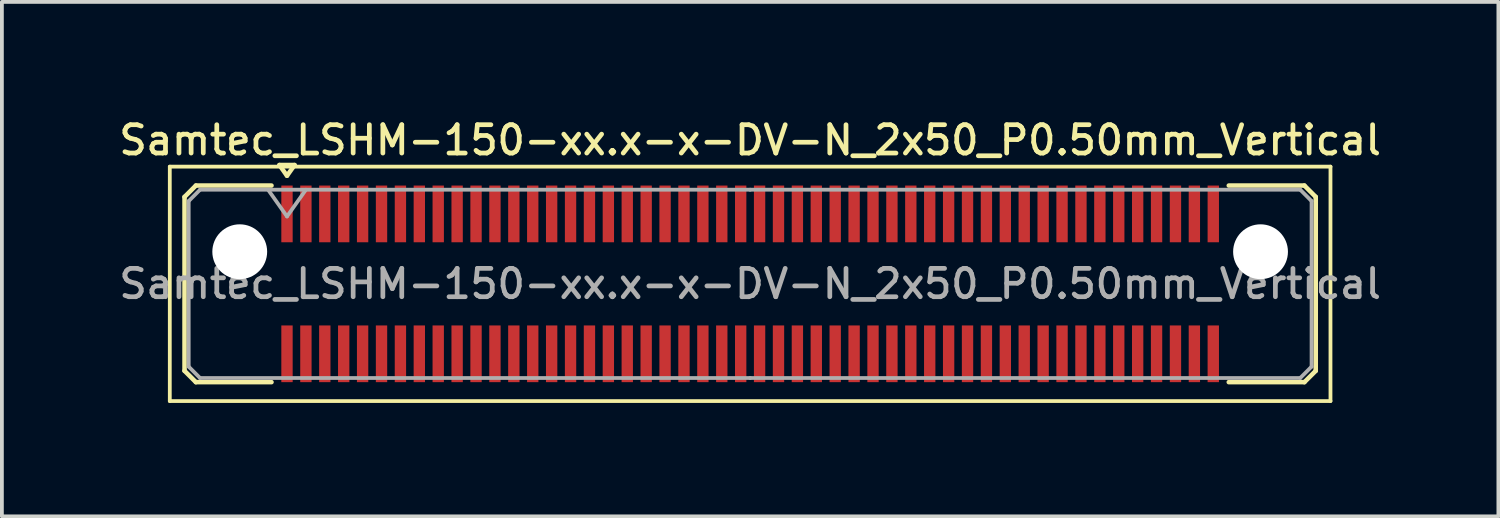
<source format=kicad_pcb>
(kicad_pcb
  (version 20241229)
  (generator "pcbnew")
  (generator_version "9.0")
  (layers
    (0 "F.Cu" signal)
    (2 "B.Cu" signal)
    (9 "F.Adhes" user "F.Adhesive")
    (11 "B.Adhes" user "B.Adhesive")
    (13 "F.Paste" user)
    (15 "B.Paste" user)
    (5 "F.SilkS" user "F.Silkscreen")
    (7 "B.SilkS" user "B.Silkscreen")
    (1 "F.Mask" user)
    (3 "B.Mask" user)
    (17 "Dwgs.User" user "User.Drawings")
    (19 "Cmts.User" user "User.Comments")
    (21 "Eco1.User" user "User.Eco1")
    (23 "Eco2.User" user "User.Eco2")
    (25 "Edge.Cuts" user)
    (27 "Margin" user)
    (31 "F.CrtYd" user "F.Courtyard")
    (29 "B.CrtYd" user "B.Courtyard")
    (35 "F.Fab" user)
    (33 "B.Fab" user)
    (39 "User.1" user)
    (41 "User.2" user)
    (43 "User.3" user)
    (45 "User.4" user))
  (footprint "Samtec_LSHM-150-xx.x-x-DV-N_2x50_P0.50mm_Vertical"
    (layer "F.Cu")
    (at 16.791 4.458)
    (property "Reference" "Samtec_LSHM-150-xx.x-x-DV-N_2x50_P0.50mm_Vertical" (at 0 -3.8 0) (layer "F.SilkS") (effects (font (size 0.75 0.75) (thickness 0.125))))
    (attr smd)
    (fp_line (start -15.35 -3.1) (end -15.35 3.1) (stroke (width 0.1) (type solid)) (layer "F.SilkS"))
    (fp_line (start -15.35 3.1) (end 15.35 3.1) (stroke (width 0.1) (type solid)) (layer "F.SilkS"))
    (fp_line (start -14.96 -2.3) (end -14.96 2.3) (stroke (width 0.12) (type solid)) (layer "F.SilkS"))
    (fp_line (start -14.96 2.3) (end -14.66 2.6) (stroke (width 0.12) (type solid)) (layer "F.SilkS"))
    (fp_line (start -14.66 -2.6) (end -14.96 -2.3) (stroke (width 0.12) (type solid)) (layer "F.SilkS"))
    (fp_line (start -14.66 2.6) (end -12.66 2.6) (stroke (width 0.12) (type solid)) (layer "F.SilkS"))
    (fp_line (start -12.66 -2.6) (end -14.66 -2.6) (stroke (width 0.12) (type solid)) (layer "F.SilkS"))
    (fp_line (start -12.45 -3.143) (end -12.05 -3.143) (stroke (width 0.12) (type solid)) (layer "F.SilkS"))
    (fp_line (start -12.25 -2.86) (end -12.45 -3.143) (stroke (width 0.12) (type solid)) (layer "F.SilkS"))
    (fp_line (start -12.05 -3.143) (end -12.25 -2.86) (stroke (width 0.12) (type solid)) (layer "F.SilkS"))
    (fp_line (start 12.66 -2.6) (end 14.66 -2.6) (stroke (width 0.12) (type solid)) (layer "F.SilkS"))
    (fp_line (start 14.66 -2.6) (end 14.96 -2.3) (stroke (width 0.12) (type solid)) (layer "F.SilkS"))
    (fp_line (start 14.66 2.6) (end 12.66 2.6) (stroke (width 0.12) (type solid)) (layer "F.SilkS"))
    (fp_line (start 14.96 -2.3) (end 14.96 2.3) (stroke (width 0.12) (type solid)) (layer "F.SilkS"))
    (fp_line (start 14.96 2.3) (end 14.66 2.6) (stroke (width 0.12) (type solid)) (layer "F.SilkS"))
    (fp_line (start 15.35 -3.1) (end -15.35 -3.1) (stroke (width 0.1) (type solid)) (layer "F.SilkS"))
    (fp_line (start 15.35 3.1) (end 15.35 -3.1) (stroke (width 0.1) (type solid)) (layer "F.SilkS"))
    (fp_line (start -14.85 -2.19) (end -14.85 2.19) (stroke (width 0.1) (type solid)) (layer "F.Fab"))
    (fp_line (start -14.85 2.19) (end -14.55 2.49) (stroke (width 0.1) (type solid)) (layer "F.Fab"))
    (fp_line (start -14.55 -2.49) (end -14.85 -2.19) (stroke (width 0.1) (type solid)) (layer "F.Fab"))
    (fp_line (start -14.55 2.49) (end 0 2.49) (stroke (width 0.1) (type solid)) (layer "F.Fab"))
    (fp_line (start -12.75 -2.49) (end -12.25 -1.783) (stroke (width 0.1) (type solid)) (layer "F.Fab"))
    (fp_line (start -12.25 -1.783) (end -11.75 -2.49) (stroke (width 0.1) (type solid)) (layer "F.Fab"))
    (fp_line (start 0 -2.49) (end -14.55 -2.49) (stroke (width 0.1) (type solid)) (layer "F.Fab"))
    (fp_line (start 0 -2.49) (end 14.55 -2.49) (stroke (width 0.1) (type solid)) (layer "F.Fab"))
    (fp_line (start 14.55 -2.49) (end 14.85 -2.19) (stroke (width 0.1) (type solid)) (layer "F.Fab"))
    (fp_line (start 14.55 2.49) (end 0 2.49) (stroke (width 0.1) (type solid)) (layer "F.Fab"))
    (fp_line (start 14.85 -2.19) (end 14.85 2.19) (stroke (width 0.1) (type solid)) (layer "F.Fab"))
    (fp_line (start 14.85 2.19) (end 14.55 2.49) (stroke (width 0.1) (type solid)) (layer "F.Fab"))
    (fp_text user "${REFERENCE}" (at 0 0 0) (layer "F.Fab") (effects (font (size 0.75 0.75) (thickness 0.125))))
    (pad "" np_thru_hole circle (at -13.5 -0.85) (size 1.45 1.45) (drill 1.45) (layers "*.Cu" "*.Mask"))
    (pad "" np_thru_hole circle (at 13.5 -0.85) (size 1.45 1.45) (drill 1.45) (layers "*.Cu" "*.Mask"))
    (pad "1" smd rect (at -12.25 -1.85) (size 0.3 1.5) (layers "F.Cu" "F.Mask" "F.Paste"))
    (pad "2" smd rect (at -12.25 1.85) (size 0.3 1.5) (layers "F.Cu" "F.Mask" "F.Paste"))
    (pad "3" smd rect (at -11.75 -1.85) (size 0.3 1.5) (layers "F.Cu" "F.Mask" "F.Paste"))
    (pad "4" smd rect (at -11.75 1.85) (size 0.3 1.5) (layers "F.Cu" "F.Mask" "F.Paste"))
    (pad "5" smd rect (at -11.25 -1.85) (size 0.3 1.5) (layers "F.Cu" "F.Mask" "F.Paste"))
    (pad "6" smd rect (at -11.25 1.85) (size 0.3 1.5) (layers "F.Cu" "F.Mask" "F.Paste"))
    (pad "7" smd rect (at -10.75 -1.85) (size 0.3 1.5) (layers "F.Cu" "F.Mask" "F.Paste"))
    (pad "8" smd rect (at -10.75 1.85) (size 0.3 1.5) (layers "F.Cu" "F.Mask" "F.Paste"))
    (pad "9" smd rect (at -10.25 -1.85) (size 0.3 1.5) (layers "F.Cu" "F.Mask" "F.Paste"))
    (pad "10" smd rect (at -10.25 1.85) (size 0.3 1.5) (layers "F.Cu" "F.Mask" "F.Paste"))
    (pad "11" smd rect (at -9.75 -1.85) (size 0.3 1.5) (layers "F.Cu" "F.Mask" "F.Paste"))
    (pad "12" smd rect (at -9.75 1.85) (size 0.3 1.5) (layers "F.Cu" "F.Mask" "F.Paste"))
    (pad "13" smd rect (at -9.25 -1.85) (size 0.3 1.5) (layers "F.Cu" "F.Mask" "F.Paste"))
    (pad "14" smd rect (at -9.25 1.85) (size 0.3 1.5) (layers "F.Cu" "F.Mask" "F.Paste"))
    (pad "15" smd rect (at -8.75 -1.85) (size 0.3 1.5) (layers "F.Cu" "F.Mask" "F.Paste"))
    (pad "16" smd rect (at -8.75 1.85) (size 0.3 1.5) (layers "F.Cu" "F.Mask" "F.Paste"))
    (pad "17" smd rect (at -8.25 -1.85) (size 0.3 1.5) (layers "F.Cu" "F.Mask" "F.Paste"))
    (pad "18" smd rect (at -8.25 1.85) (size 0.3 1.5) (layers "F.Cu" "F.Mask" "F.Paste"))
    (pad "19" smd rect (at -7.75 -1.85) (size 0.3 1.5) (layers "F.Cu" "F.Mask" "F.Paste"))
    (pad "20" smd rect (at -7.75 1.85) (size 0.3 1.5) (layers "F.Cu" "F.Mask" "F.Paste"))
    (pad "21" smd rect (at -7.25 -1.85) (size 0.3 1.5) (layers "F.Cu" "F.Mask" "F.Paste"))
    (pad "22" smd rect (at -7.25 1.85) (size 0.3 1.5) (layers "F.Cu" "F.Mask" "F.Paste"))
    (pad "23" smd rect (at -6.75 -1.85) (size 0.3 1.5) (layers "F.Cu" "F.Mask" "F.Paste"))
    (pad "24" smd rect (at -6.75 1.85) (size 0.3 1.5) (layers "F.Cu" "F.Mask" "F.Paste"))
    (pad "25" smd rect (at -6.25 -1.85) (size 0.3 1.5) (layers "F.Cu" "F.Mask" "F.Paste"))
    (pad "26" smd rect (at -6.25 1.85) (size 0.3 1.5) (layers "F.Cu" "F.Mask" "F.Paste"))
    (pad "27" smd rect (at -5.75 -1.85) (size 0.3 1.5) (layers "F.Cu" "F.Mask" "F.Paste"))
    (pad "28" smd rect (at -5.75 1.85) (size 0.3 1.5) (layers "F.Cu" "F.Mask" "F.Paste"))
    (pad "29" smd rect (at -5.25 -1.85) (size 0.3 1.5) (layers "F.Cu" "F.Mask" "F.Paste"))
    (pad "30" smd rect (at -5.25 1.85) (size 0.3 1.5) (layers "F.Cu" "F.Mask" "F.Paste"))
    (pad "31" smd rect (at -4.75 -1.85) (size 0.3 1.5) (layers "F.Cu" "F.Mask" "F.Paste"))
    (pad "32" smd rect (at -4.75 1.85) (size 0.3 1.5) (layers "F.Cu" "F.Mask" "F.Paste"))
    (pad "33" smd rect (at -4.25 -1.85) (size 0.3 1.5) (layers "F.Cu" "F.Mask" "F.Paste"))
    (pad "34" smd rect (at -4.25 1.85) (size 0.3 1.5) (layers "F.Cu" "F.Mask" "F.Paste"))
    (pad "35" smd rect (at -3.75 -1.85) (size 0.3 1.5) (layers "F.Cu" "F.Mask" "F.Paste"))
    (pad "36" smd rect (at -3.75 1.85) (size 0.3 1.5) (layers "F.Cu" "F.Mask" "F.Paste"))
    (pad "37" smd rect (at -3.25 -1.85) (size 0.3 1.5) (layers "F.Cu" "F.Mask" "F.Paste"))
    (pad "38" smd rect (at -3.25 1.85) (size 0.3 1.5) (layers "F.Cu" "F.Mask" "F.Paste"))
    (pad "39" smd rect (at -2.75 -1.85) (size 0.3 1.5) (layers "F.Cu" "F.Mask" "F.Paste"))
    (pad "40" smd rect (at -2.75 1.85) (size 0.3 1.5) (layers "F.Cu" "F.Mask" "F.Paste"))
    (pad "41" smd rect (at -2.25 -1.85) (size 0.3 1.5) (layers "F.Cu" "F.Mask" "F.Paste"))
    (pad "42" smd rect (at -2.25 1.85) (size 0.3 1.5) (layers "F.Cu" "F.Mask" "F.Paste"))
    (pad "43" smd rect (at -1.75 -1.85) (size 0.3 1.5) (layers "F.Cu" "F.Mask" "F.Paste"))
    (pad "44" smd rect (at -1.75 1.85) (size 0.3 1.5) (layers "F.Cu" "F.Mask" "F.Paste"))
    (pad "45" smd rect (at -1.25 -1.85) (size 0.3 1.5) (layers "F.Cu" "F.Mask" "F.Paste"))
    (pad "46" smd rect (at -1.25 1.85) (size 0.3 1.5) (layers "F.Cu" "F.Mask" "F.Paste"))
    (pad "47" smd rect (at -0.75 -1.85) (size 0.3 1.5) (layers "F.Cu" "F.Mask" "F.Paste"))
    (pad "48" smd rect (at -0.75 1.85) (size 0.3 1.5) (layers "F.Cu" "F.Mask" "F.Paste"))
    (pad "49" smd rect (at -0.25 -1.85) (size 0.3 1.5) (layers "F.Cu" "F.Mask" "F.Paste"))
    (pad "50" smd rect (at -0.25 1.85) (size 0.3 1.5) (layers "F.Cu" "F.Mask" "F.Paste"))
    (pad "51" smd rect (at 0.25 -1.85) (size 0.3 1.5) (layers "F.Cu" "F.Mask" "F.Paste"))
    (pad "52" smd rect (at 0.25 1.85) (size 0.3 1.5) (layers "F.Cu" "F.Mask" "F.Paste"))
    (pad "53" smd rect (at 0.75 -1.85) (size 0.3 1.5) (layers "F.Cu" "F.Mask" "F.Paste"))
    (pad "54" smd rect (at 0.75 1.85) (size 0.3 1.5) (layers "F.Cu" "F.Mask" "F.Paste"))
    (pad "55" smd rect (at 1.25 -1.85) (size 0.3 1.5) (layers "F.Cu" "F.Mask" "F.Paste"))
    (pad "56" smd rect (at 1.25 1.85) (size 0.3 1.5) (layers "F.Cu" "F.Mask" "F.Paste"))
    (pad "57" smd rect (at 1.75 -1.85) (size 0.3 1.5) (layers "F.Cu" "F.Mask" "F.Paste"))
    (pad "58" smd rect (at 1.75 1.85) (size 0.3 1.5) (layers "F.Cu" "F.Mask" "F.Paste"))
    (pad "59" smd rect (at 2.25 -1.85) (size 0.3 1.5) (layers "F.Cu" "F.Mask" "F.Paste"))
    (pad "60" smd rect (at 2.25 1.85) (size 0.3 1.5) (layers "F.Cu" "F.Mask" "F.Paste"))
    (pad "61" smd rect (at 2.75 -1.85) (size 0.3 1.5) (layers "F.Cu" "F.Mask" "F.Paste"))
    (pad "62" smd rect (at 2.75 1.85) (size 0.3 1.5) (layers "F.Cu" "F.Mask" "F.Paste"))
    (pad "63" smd rect (at 3.25 -1.85) (size 0.3 1.5) (layers "F.Cu" "F.Mask" "F.Paste"))
    (pad "64" smd rect (at 3.25 1.85) (size 0.3 1.5) (layers "F.Cu" "F.Mask" "F.Paste"))
    (pad "65" smd rect (at 3.75 -1.85) (size 0.3 1.5) (layers "F.Cu" "F.Mask" "F.Paste"))
    (pad "66" smd rect (at 3.75 1.85) (size 0.3 1.5) (layers "F.Cu" "F.Mask" "F.Paste"))
    (pad "67" smd rect (at 4.25 -1.85) (size 0.3 1.5) (layers "F.Cu" "F.Mask" "F.Paste"))
    (pad "68" smd rect (at 4.25 1.85) (size 0.3 1.5) (layers "F.Cu" "F.Mask" "F.Paste"))
    (pad "69" smd rect (at 4.75 -1.85) (size 0.3 1.5) (layers "F.Cu" "F.Mask" "F.Paste"))
    (pad "70" smd rect (at 4.75 1.85) (size 0.3 1.5) (layers "F.Cu" "F.Mask" "F.Paste"))
    (pad "71" smd rect (at 5.25 -1.85) (size 0.3 1.5) (layers "F.Cu" "F.Mask" "F.Paste"))
    (pad "72" smd rect (at 5.25 1.85) (size 0.3 1.5) (layers "F.Cu" "F.Mask" "F.Paste"))
    (pad "73" smd rect (at 5.75 -1.85) (size 0.3 1.5) (layers "F.Cu" "F.Mask" "F.Paste"))
    (pad "74" smd rect (at 5.75 1.85) (size 0.3 1.5) (layers "F.Cu" "F.Mask" "F.Paste"))
    (pad "75" smd rect (at 6.25 -1.85) (size 0.3 1.5) (layers "F.Cu" "F.Mask" "F.Paste"))
    (pad "76" smd rect (at 6.25 1.85) (size 0.3 1.5) (layers "F.Cu" "F.Mask" "F.Paste"))
    (pad "77" smd rect (at 6.75 -1.85) (size 0.3 1.5) (layers "F.Cu" "F.Mask" "F.Paste"))
    (pad "78" smd rect (at 6.75 1.85) (size 0.3 1.5) (layers "F.Cu" "F.Mask" "F.Paste"))
    (pad "79" smd rect (at 7.25 -1.85) (size 0.3 1.5) (layers "F.Cu" "F.Mask" "F.Paste"))
    (pad "80" smd rect (at 7.25 1.85) (size 0.3 1.5) (layers "F.Cu" "F.Mask" "F.Paste"))
    (pad "81" smd rect (at 7.75 -1.85) (size 0.3 1.5) (layers "F.Cu" "F.Mask" "F.Paste"))
    (pad "82" smd rect (at 7.75 1.85) (size 0.3 1.5) (layers "F.Cu" "F.Mask" "F.Paste"))
    (pad "83" smd rect (at 8.25 -1.85) (size 0.3 1.5) (layers "F.Cu" "F.Mask" "F.Paste"))
    (pad "84" smd rect (at 8.25 1.85) (size 0.3 1.5) (layers "F.Cu" "F.Mask" "F.Paste"))
    (pad "85" smd rect (at 8.75 -1.85) (size 0.3 1.5) (layers "F.Cu" "F.Mask" "F.Paste"))
    (pad "86" smd rect (at 8.75 1.85) (size 0.3 1.5) (layers "F.Cu" "F.Mask" "F.Paste"))
    (pad "87" smd rect (at 9.25 -1.85) (size 0.3 1.5) (layers "F.Cu" "F.Mask" "F.Paste"))
    (pad "88" smd rect (at 9.25 1.85) (size 0.3 1.5) (layers "F.Cu" "F.Mask" "F.Paste"))
    (pad "89" smd rect (at 9.75 -1.85) (size 0.3 1.5) (layers "F.Cu" "F.Mask" "F.Paste"))
    (pad "90" smd rect (at 9.75 1.85) (size 0.3 1.5) (layers "F.Cu" "F.Mask" "F.Paste"))
    (pad "91" smd rect (at 10.25 -1.85) (size 0.3 1.5) (layers "F.Cu" "F.Mask" "F.Paste"))
    (pad "92" smd rect (at 10.25 1.85) (size 0.3 1.5) (layers "F.Cu" "F.Mask" "F.Paste"))
    (pad "93" smd rect (at 10.75 -1.85) (size 0.3 1.5) (layers "F.Cu" "F.Mask" "F.Paste"))
    (pad "94" smd rect (at 10.75 1.85) (size 0.3 1.5) (layers "F.Cu" "F.Mask" "F.Paste"))
    (pad "95" smd rect (at 11.25 -1.85) (size 0.3 1.5) (layers "F.Cu" "F.Mask" "F.Paste"))
    (pad "96" smd rect (at 11.25 1.85) (size 0.3 1.5) (layers "F.Cu" "F.Mask" "F.Paste"))
    (pad "97" smd rect (at 11.75 -1.85) (size 0.3 1.5) (layers "F.Cu" "F.Mask" "F.Paste"))
    (pad "98" smd rect (at 11.75 1.85) (size 0.3 1.5) (layers "F.Cu" "F.Mask" "F.Paste"))
    (pad "99" smd rect (at 12.25 -1.85) (size 0.3 1.5) (layers "F.Cu" "F.Mask" "F.Paste"))
    (pad "100" smd rect (at 12.25 1.85) (size 0.3 1.5) (layers "F.Cu" "F.Mask" "F.Paste")))
  (gr_rect
    (start -3 -3)
    (end 36.582 10.608)
    (stroke (width 0.1) (type default))
    (fill no)
    (layer "Edge.Cuts")))
</source>
